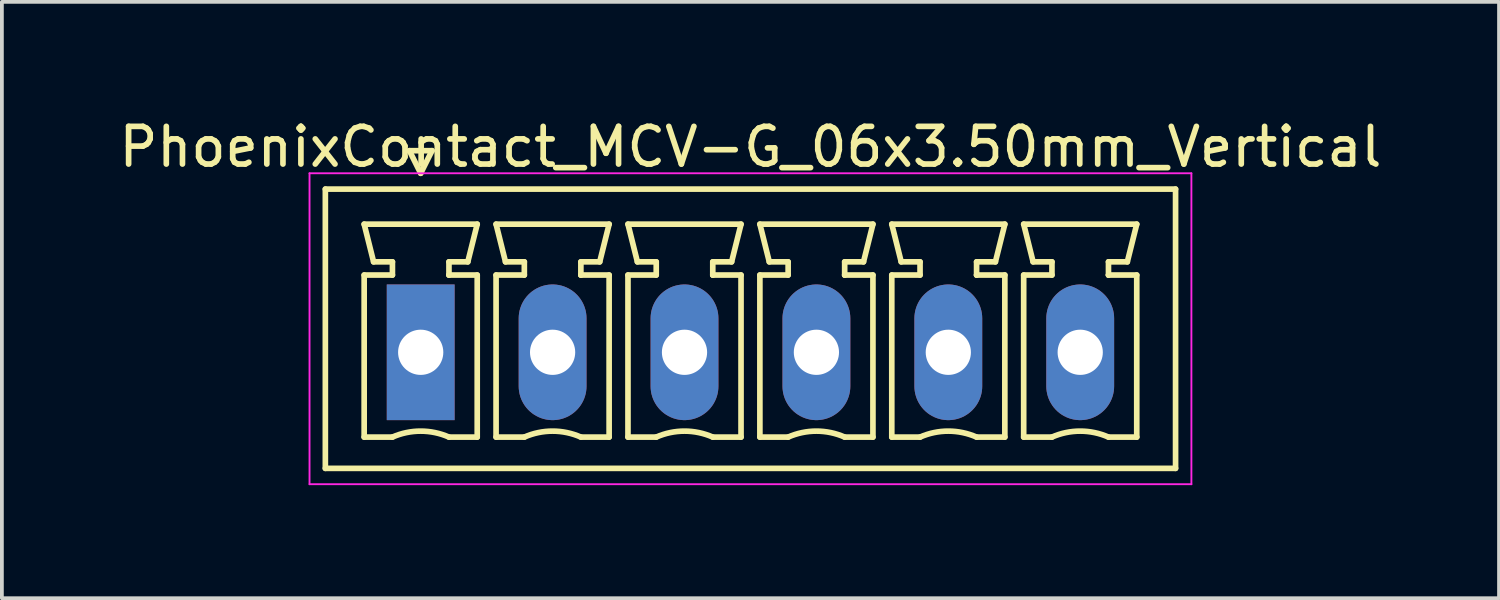
<source format=kicad_pcb>
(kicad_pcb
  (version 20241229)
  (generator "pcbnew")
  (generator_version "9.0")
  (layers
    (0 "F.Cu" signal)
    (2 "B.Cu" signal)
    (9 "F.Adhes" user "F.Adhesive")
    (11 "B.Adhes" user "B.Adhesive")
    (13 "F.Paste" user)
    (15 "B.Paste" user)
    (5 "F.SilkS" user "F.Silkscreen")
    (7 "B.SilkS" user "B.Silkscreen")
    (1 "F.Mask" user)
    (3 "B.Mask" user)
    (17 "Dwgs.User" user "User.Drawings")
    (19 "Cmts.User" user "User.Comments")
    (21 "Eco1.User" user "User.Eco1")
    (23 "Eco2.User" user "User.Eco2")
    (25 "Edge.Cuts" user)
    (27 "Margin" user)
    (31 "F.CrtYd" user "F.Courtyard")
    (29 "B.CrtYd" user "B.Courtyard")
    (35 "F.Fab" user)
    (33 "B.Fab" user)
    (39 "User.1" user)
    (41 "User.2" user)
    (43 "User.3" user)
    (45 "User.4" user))
  (footprint "PhoenixContact_MCV-G_06x3.50mm_Vertical"
    (layer "F.Cu")
    (at 8.113 6.298)
    (property "Reference" "PhoenixContact_MCV-G_06x3.50mm_Vertical" (at 8.75 -5.45 0) (layer "F.SilkS") (effects (font (size 1 1) (thickness 0.15))))
    (attr through_hole)
    (fp_line (start -2.53 -4.33) (end -2.53 3.08) (stroke (width 0.15) (type solid)) (layer "F.SilkS"))
    (fp_line (start -2.53 3.08) (end 20.03 3.08) (stroke (width 0.15) (type solid)) (layer "F.SilkS"))
    (fp_line (start -1.5 -3.4) (end 1.5 -3.4) (stroke (width 0.15) (type solid)) (layer "F.SilkS"))
    (fp_line (start -1.5 -2.05) (end -0.75 -2.05) (stroke (width 0.15) (type solid)) (layer "F.SilkS"))
    (fp_line (start -1.5 2.25) (end -1.5 -2.05) (stroke (width 0.15) (type solid)) (layer "F.SilkS"))
    (fp_line (start -1.25 -2.4) (end -1.5 -3.4) (stroke (width 0.15) (type solid)) (layer "F.SilkS"))
    (fp_line (start -0.75 -2.4) (end -1.25 -2.4) (stroke (width 0.15) (type solid)) (layer "F.SilkS"))
    (fp_line (start -0.75 -2.05) (end -0.75 -2.4) (stroke (width 0.15) (type solid)) (layer "F.SilkS"))
    (fp_line (start -0.75 2.25) (end -1.5 2.25) (stroke (width 0.15) (type solid)) (layer "F.SilkS"))
    (fp_line (start -0.3 -5.35) (end 0 -4.75) (stroke (width 0.15) (type solid)) (layer "F.SilkS"))
    (fp_line (start 0 -4.75) (end 0.3 -5.35) (stroke (width 0.15) (type solid)) (layer "F.SilkS"))
    (fp_line (start 0.3 -5.35) (end -0.3 -5.35) (stroke (width 0.15) (type solid)) (layer "F.SilkS"))
    (fp_line (start 0.75 -2.4) (end 0.75 -2.05) (stroke (width 0.15) (type solid)) (layer "F.SilkS"))
    (fp_line (start 0.75 -2.05) (end 0.75 -2.05) (stroke (width 0.15) (type solid)) (layer "F.SilkS"))
    (fp_line (start 0.75 -2.05) (end 1.5 -2.05) (stroke (width 0.15) (type solid)) (layer "F.SilkS"))
    (fp_line (start 1.25 -2.4) (end 0.75 -2.4) (stroke (width 0.15) (type solid)) (layer "F.SilkS"))
    (fp_line (start 1.5 -3.4) (end 1.25 -2.4) (stroke (width 0.15) (type solid)) (layer "F.SilkS"))
    (fp_line (start 1.5 -2.05) (end 1.5 2.25) (stroke (width 0.15) (type solid)) (layer "F.SilkS"))
    (fp_line (start 1.5 2.25) (end 0.75 2.25) (stroke (width 0.15) (type solid)) (layer "F.SilkS"))
    (fp_line (start 2 -3.4) (end 5 -3.4) (stroke (width 0.15) (type solid)) (layer "F.SilkS"))
    (fp_line (start 2 -2.05) (end 2.75 -2.05) (stroke (width 0.15) (type solid)) (layer "F.SilkS"))
    (fp_line (start 2 2.25) (end 2 -2.05) (stroke (width 0.15) (type solid)) (layer "F.SilkS"))
    (fp_line (start 2.25 -2.4) (end 2 -3.4) (stroke (width 0.15) (type solid)) (layer "F.SilkS"))
    (fp_line (start 2.75 -2.4) (end 2.25 -2.4) (stroke (width 0.15) (type solid)) (layer "F.SilkS"))
    (fp_line (start 2.75 -2.05) (end 2.75 -2.4) (stroke (width 0.15) (type solid)) (layer "F.SilkS"))
    (fp_line (start 2.75 2.25) (end 2 2.25) (stroke (width 0.15) (type solid)) (layer "F.SilkS"))
    (fp_line (start 4.25 -2.4) (end 4.25 -2.05) (stroke (width 0.15) (type solid)) (layer "F.SilkS"))
    (fp_line (start 4.25 -2.05) (end 4.25 -2.05) (stroke (width 0.15) (type solid)) (layer "F.SilkS"))
    (fp_line (start 4.25 -2.05) (end 5 -2.05) (stroke (width 0.15) (type solid)) (layer "F.SilkS"))
    (fp_line (start 4.75 -2.4) (end 4.25 -2.4) (stroke (width 0.15) (type solid)) (layer "F.SilkS"))
    (fp_line (start 5 -3.4) (end 4.75 -2.4) (stroke (width 0.15) (type solid)) (layer "F.SilkS"))
    (fp_line (start 5 -2.05) (end 5 2.25) (stroke (width 0.15) (type solid)) (layer "F.SilkS"))
    (fp_line (start 5 2.25) (end 4.25 2.25) (stroke (width 0.15) (type solid)) (layer "F.SilkS"))
    (fp_line (start 5.5 -3.4) (end 8.5 -3.4) (stroke (width 0.15) (type solid)) (layer "F.SilkS"))
    (fp_line (start 5.5 -2.05) (end 6.25 -2.05) (stroke (width 0.15) (type solid)) (layer "F.SilkS"))
    (fp_line (start 5.5 2.25) (end 5.5 -2.05) (stroke (width 0.15) (type solid)) (layer "F.SilkS"))
    (fp_line (start 5.75 -2.4) (end 5.5 -3.4) (stroke (width 0.15) (type solid)) (layer "F.SilkS"))
    (fp_line (start 6.25 -2.4) (end 5.75 -2.4) (stroke (width 0.15) (type solid)) (layer "F.SilkS"))
    (fp_line (start 6.25 -2.05) (end 6.25 -2.4) (stroke (width 0.15) (type solid)) (layer "F.SilkS"))
    (fp_line (start 6.25 2.25) (end 5.5 2.25) (stroke (width 0.15) (type solid)) (layer "F.SilkS"))
    (fp_line (start 7.75 -2.4) (end 7.75 -2.05) (stroke (width 0.15) (type solid)) (layer "F.SilkS"))
    (fp_line (start 7.75 -2.05) (end 7.75 -2.05) (stroke (width 0.15) (type solid)) (layer "F.SilkS"))
    (fp_line (start 7.75 -2.05) (end 8.5 -2.05) (stroke (width 0.15) (type solid)) (layer "F.SilkS"))
    (fp_line (start 8.25 -2.4) (end 7.75 -2.4) (stroke (width 0.15) (type solid)) (layer "F.SilkS"))
    (fp_line (start 8.5 -3.4) (end 8.25 -2.4) (stroke (width 0.15) (type solid)) (layer "F.SilkS"))
    (fp_line (start 8.5 -2.05) (end 8.5 2.25) (stroke (width 0.15) (type solid)) (layer "F.SilkS"))
    (fp_line (start 8.5 2.25) (end 7.75 2.25) (stroke (width 0.15) (type solid)) (layer "F.SilkS"))
    (fp_line (start 9 -3.4) (end 12 -3.4) (stroke (width 0.15) (type solid)) (layer "F.SilkS"))
    (fp_line (start 9 -2.05) (end 9.75 -2.05) (stroke (width 0.15) (type solid)) (layer "F.SilkS"))
    (fp_line (start 9 2.25) (end 9 -2.05) (stroke (width 0.15) (type solid)) (layer "F.SilkS"))
    (fp_line (start 9.25 -2.4) (end 9 -3.4) (stroke (width 0.15) (type solid)) (layer "F.SilkS"))
    (fp_line (start 9.75 -2.4) (end 9.25 -2.4) (stroke (width 0.15) (type solid)) (layer "F.SilkS"))
    (fp_line (start 9.75 -2.05) (end 9.75 -2.4) (stroke (width 0.15) (type solid)) (layer "F.SilkS"))
    (fp_line (start 9.75 2.25) (end 9 2.25) (stroke (width 0.15) (type solid)) (layer "F.SilkS"))
    (fp_line (start 11.25 -2.4) (end 11.25 -2.05) (stroke (width 0.15) (type solid)) (layer "F.SilkS"))
    (fp_line (start 11.25 -2.05) (end 11.25 -2.05) (stroke (width 0.15) (type solid)) (layer "F.SilkS"))
    (fp_line (start 11.25 -2.05) (end 12 -2.05) (stroke (width 0.15) (type solid)) (layer "F.SilkS"))
    (fp_line (start 11.75 -2.4) (end 11.25 -2.4) (stroke (width 0.15) (type solid)) (layer "F.SilkS"))
    (fp_line (start 12 -3.4) (end 11.75 -2.4) (stroke (width 0.15) (type solid)) (layer "F.SilkS"))
    (fp_line (start 12 -2.05) (end 12 2.25) (stroke (width 0.15) (type solid)) (layer "F.SilkS"))
    (fp_line (start 12 2.25) (end 11.25 2.25) (stroke (width 0.15) (type solid)) (layer "F.SilkS"))
    (fp_line (start 12.5 -3.4) (end 15.5 -3.4) (stroke (width 0.15) (type solid)) (layer "F.SilkS"))
    (fp_line (start 12.5 -2.05) (end 13.25 -2.05) (stroke (width 0.15) (type solid)) (layer "F.SilkS"))
    (fp_line (start 12.5 2.25) (end 12.5 -2.05) (stroke (width 0.15) (type solid)) (layer "F.SilkS"))
    (fp_line (start 12.75 -2.4) (end 12.5 -3.4) (stroke (width 0.15) (type solid)) (layer "F.SilkS"))
    (fp_line (start 13.25 -2.4) (end 12.75 -2.4) (stroke (width 0.15) (type solid)) (layer "F.SilkS"))
    (fp_line (start 13.25 -2.05) (end 13.25 -2.4) (stroke (width 0.15) (type solid)) (layer "F.SilkS"))
    (fp_line (start 13.25 2.25) (end 12.5 2.25) (stroke (width 0.15) (type solid)) (layer "F.SilkS"))
    (fp_line (start 14.75 -2.4) (end 14.75 -2.05) (stroke (width 0.15) (type solid)) (layer "F.SilkS"))
    (fp_line (start 14.75 -2.05) (end 14.75 -2.05) (stroke (width 0.15) (type solid)) (layer "F.SilkS"))
    (fp_line (start 14.75 -2.05) (end 15.5 -2.05) (stroke (width 0.15) (type solid)) (layer "F.SilkS"))
    (fp_line (start 15.25 -2.4) (end 14.75 -2.4) (stroke (width 0.15) (type solid)) (layer "F.SilkS"))
    (fp_line (start 15.5 -3.4) (end 15.25 -2.4) (stroke (width 0.15) (type solid)) (layer "F.SilkS"))
    (fp_line (start 15.5 -2.05) (end 15.5 2.25) (stroke (width 0.15) (type solid)) (layer "F.SilkS"))
    (fp_line (start 15.5 2.25) (end 14.75 2.25) (stroke (width 0.15) (type solid)) (layer "F.SilkS"))
    (fp_line (start 16 -3.4) (end 19 -3.4) (stroke (width 0.15) (type solid)) (layer "F.SilkS"))
    (fp_line (start 16 -2.05) (end 16.75 -2.05) (stroke (width 0.15) (type solid)) (layer "F.SilkS"))
    (fp_line (start 16 2.25) (end 16 -2.05) (stroke (width 0.15) (type solid)) (layer "F.SilkS"))
    (fp_line (start 16.25 -2.4) (end 16 -3.4) (stroke (width 0.15) (type solid)) (layer "F.SilkS"))
    (fp_line (start 16.75 -2.4) (end 16.25 -2.4) (stroke (width 0.15) (type solid)) (layer "F.SilkS"))
    (fp_line (start 16.75 -2.05) (end 16.75 -2.4) (stroke (width 0.15) (type solid)) (layer "F.SilkS"))
    (fp_line (start 16.75 2.25) (end 16 2.25) (stroke (width 0.15) (type solid)) (layer "F.SilkS"))
    (fp_line (start 18.25 -2.4) (end 18.25 -2.05) (stroke (width 0.15) (type solid)) (layer "F.SilkS"))
    (fp_line (start 18.25 -2.05) (end 18.25 -2.05) (stroke (width 0.15) (type solid)) (layer "F.SilkS"))
    (fp_line (start 18.25 -2.05) (end 19 -2.05) (stroke (width 0.15) (type solid)) (layer "F.SilkS"))
    (fp_line (start 18.75 -2.4) (end 18.25 -2.4) (stroke (width 0.15) (type solid)) (layer "F.SilkS"))
    (fp_line (start 19 -3.4) (end 18.75 -2.4) (stroke (width 0.15) (type solid)) (layer "F.SilkS"))
    (fp_line (start 19 -2.05) (end 19 2.25) (stroke (width 0.15) (type solid)) (layer "F.SilkS"))
    (fp_line (start 19 2.25) (end 18.25 2.25) (stroke (width 0.15) (type solid)) (layer "F.SilkS"))
    (fp_line (start 20.03 -4.33) (end -2.53 -4.33) (stroke (width 0.15) (type solid)) (layer "F.SilkS"))
    (fp_line (start 20.03 3.08) (end 20.03 -4.33) (stroke (width 0.15) (type solid)) (layer "F.SilkS"))
    (fp_arc (start -0.75 2.25) (mid -0.000193 2.09191) (end 0.749647 2.249844) (stroke (width 0.15) (type solid)) (layer "F.SilkS"))
    (fp_arc (start 2.75 2.25) (mid 3.499807 2.09191) (end 4.249647 2.249844) (stroke (width 0.15) (type solid)) (layer "F.SilkS"))
    (fp_arc (start 6.25 2.25) (mid 6.999807 2.09191) (end 7.749647 2.249844) (stroke (width 0.15) (type solid)) (layer "F.SilkS"))
    (fp_arc (start 9.75 2.25) (mid 10.499807 2.09191) (end 11.249647 2.249844) (stroke (width 0.15) (type solid)) (layer "F.SilkS"))
    (fp_arc (start 13.25 2.25) (mid 13.999807 2.09191) (end 14.749647 2.249844) (stroke (width 0.15) (type solid)) (layer "F.SilkS"))
    (fp_arc (start 16.75 2.25) (mid 17.499807 2.09191) (end 18.249647 2.249844) (stroke (width 0.15) (type solid)) (layer "F.SilkS"))
    (fp_line (start -2.95 -4.75) (end -2.95 3.5) (stroke (width 0.05) (type solid)) (layer "F.CrtYd"))
    (fp_line (start -2.95 3.5) (end 20.45 3.5) (stroke (width 0.05) (type solid)) (layer "F.CrtYd"))
    (fp_line (start 20.45 -4.75) (end -2.95 -4.75) (stroke (width 0.05) (type solid)) (layer "F.CrtYd"))
    (fp_line (start 20.45 3.5) (end 20.45 -4.75) (stroke (width 0.05) (type solid)) (layer "F.CrtYd"))
    (pad "1" thru_hole rect (at 0 0) (size 1.8 3.6) (drill 1.2) (layers "*.Cu" "*.Mask"))
    (pad "2" thru_hole oval (at 3.5 0) (size 1.8 3.6) (drill 1.2) (layers "*.Cu" "*.Mask"))
    (pad "3" thru_hole oval (at 7 0) (size 1.8 3.6) (drill 1.2) (layers "*.Cu" "*.Mask"))
    (pad "4" thru_hole oval (at 10.5 0) (size 1.8 3.6) (drill 1.2) (layers "*.Cu" "*.Mask"))
    (pad "5" thru_hole oval (at 14 0) (size 1.8 3.6) (drill 1.2) (layers "*.Cu" "*.Mask"))
    (pad "6" thru_hole oval (at 17.5 0) (size 1.8 3.6) (drill 1.2) (layers "*.Cu" "*.Mask")))
  (gr_rect
    (start -3 -3)
    (end 36.726 12.823)
    (stroke (width 0.1) (type default))
    (fill no)
    (layer "Edge.Cuts")))
</source>
